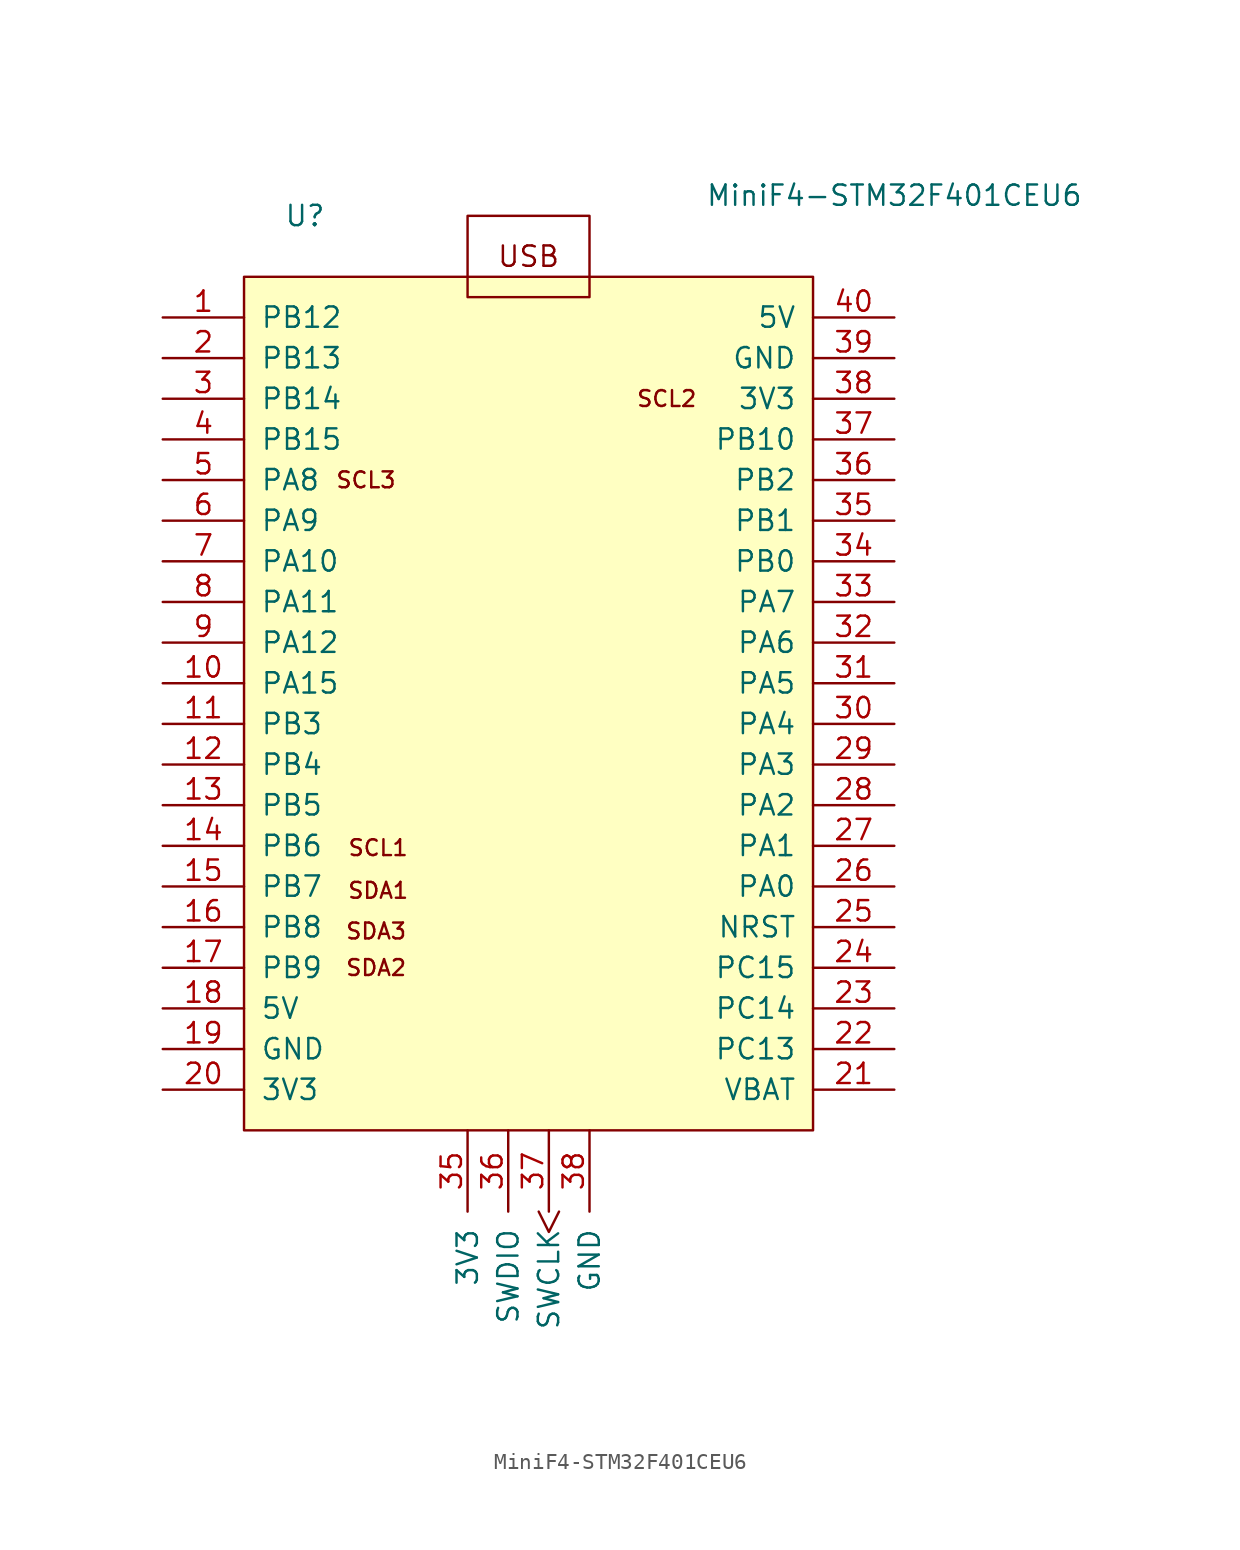
<source format=kicad_sym>
(kicad_symbol_lib
  (version 20241209)
  (generator "kicad_symbol_editor")
  (generator_version "9.0")
  (symbol "MiniF4-STM32F401CEU6"
    (pin_names
      (offset 1.016))
    (property "Reference" "U"
      (at -13.97 24.13 0)
      (effects (font (size 1.27 1.27))))
    (property "Value" "MiniF4-STM32F401CEU6"
      (at 22.86 25.4 0)
      (effects (font (size 1.27 1.27))))
    (symbol "MiniF4-STM32F401CEU6_0_0"
      (text "SCL1" (at -9.398 -15.367 0) (effects (font (size 0.991 0.991))))
      (text "SDA1" (at -9.398 -18.034 0) (effects (font (size 0.991 0.991))))
      (text "USB" (at 0 21.59 0) (effects (font (size 1.27 1.27)))))
    (symbol "MiniF4-STM32F401CEU6_0_1"
      (rectangle (start -17.78 20.32) (end 17.78 -33.02) (stroke (width 0) (type solid)) (fill (type background)))
      (rectangle (start -3.81 24.13) (end 3.81 19.05) (stroke (width 0) (type solid)) (fill (type none))))
    (symbol "MiniF4-STM32F401CEU6_1_1"
      (text "SCL3" (at -10.16 7.62 0) (effects (font (size 0.991 0.991))))
      (text "SDA3" (at -9.525 -20.574 0) (effects (font (size 0.991 0.991))))
      (text "SDA2" (at -9.525 -22.86 0) (effects (font (size 0.991 0.991))))
      (text "SCL2" (at 8.636 12.7 0) (effects (font (size 0.991 0.991))))
      (pin bidirectional line (at -22.86 17.78 0) (length 5.08) (name "PB12" (effects (font (size 1.27 1.27)))) (number "1" (effects (font (size 1.27 1.27)))))
      (pin bidirectional line (at -22.86 15.24 0) (length 5.08) (name "PB13" (effects (font (size 1.27 1.27)))) (number "2" (effects (font (size 1.27 1.27)))))
      (pin bidirectional line (at -22.86 12.7 0) (length 5.08) (name "PB14" (effects (font (size 1.27 1.27)))) (number "3" (effects (font (size 1.27 1.27)))))
      (pin bidirectional line (at -22.86 10.16 0) (length 5.08) (name "PB15" (effects (font (size 1.27 1.27)))) (number "4" (effects (font (size 1.27 1.27)))))
      (pin bidirectional line (at -22.86 7.62 0) (length 5.08) (name "PA8" (effects (font (size 1.27 1.27)))) (number "5" (effects (font (size 1.27 1.27)))))
      (pin bidirectional line (at -22.86 5.08 0) (length 5.08) (name "PA9" (effects (font (size 1.27 1.27)))) (number "6" (effects (font (size 1.27 1.27)))))
      (pin bidirectional line (at -22.86 2.54 0) (length 5.08) (name "PA10" (effects (font (size 1.27 1.27)))) (number "7" (effects (font (size 1.27 1.27)))))
      (pin bidirectional line (at -22.86 0 0) (length 5.08) (name "PA11" (effects (font (size 1.27 1.27)))) (number "8" (effects (font (size 1.27 1.27)))))
      (pin bidirectional line (at -22.86 -2.54 0) (length 5.08) (name "PA12" (effects (font (size 1.27 1.27)))) (number "9" (effects (font (size 1.27 1.27)))))
      (pin bidirectional line (at -22.86 -5.08 0) (length 5.08) (name "PA15" (effects (font (size 1.27 1.27)))) (number "10" (effects (font (size 1.27 1.27)))))
      (pin bidirectional line (at -22.86 -7.62 0) (length 5.08) (name "PB3" (effects (font (size 1.27 1.27)))) (number "11" (effects (font (size 1.27 1.27)))))
      (pin bidirectional line (at -22.86 -10.16 0) (length 5.08) (name "PB4" (effects (font (size 1.27 1.27)))) (number "12" (effects (font (size 1.27 1.27)))))
      (pin bidirectional line (at -22.86 -12.7 0) (length 5.08) (name "PB5" (effects (font (size 1.27 1.27)))) (number "13" (effects (font (size 1.27 1.27)))))
      (pin bidirectional line (at -22.86 -15.24 0) (length 5.08) (name "PB6" (effects (font (size 1.27 1.27)))) (number "14" (effects (font (size 1.27 1.27)))))
      (pin bidirectional line (at -22.86 -17.78 0) (length 5.08) (name "PB7" (effects (font (size 1.27 1.27)))) (number "15" (effects (font (size 1.27 1.27)))))
      (pin bidirectional line (at -22.86 -20.32 0) (length 5.08) (name "PB8" (effects (font (size 1.27 1.27)))) (number "16" (effects (font (size 1.27 1.27)))))
      (pin bidirectional line (at -22.86 -22.86 0) (length 5.08) (name "PB9" (effects (font (size 1.27 1.27)))) (number "17" (effects (font (size 1.27 1.27)))))
      (pin power_out line (at -22.86 -25.4 0) (length 5.08) (name "5V" (effects (font (size 1.27 1.27)))) (number "18" (effects (font (size 1.27 1.27)))))
      (pin power_in line (at -22.86 -27.94 0) (length 5.08) (name "GND" (effects (font (size 1.27 1.27)))) (number "19" (effects (font (size 1.27 1.27)))))
      (pin power_out line (at -22.86 -30.48 0) (length 5.08) (name "3V3" (effects (font (size 1.27 1.27)))) (number "20" (effects (font (size 1.27 1.27)))))
      (pin power_in line (at -3.81 -33.02 270) (length 5.08) (name "3V3" (effects (font (size 1.27 1.27)))) (number "35" (effects (font (size 1.27 1.27)))))
      (pin bidirectional line (at -1.27 -33.02 270) (length 5.08) (name "SWDIO" (effects (font (size 1.27 1.27)))) (number "36" (effects (font (size 1.27 1.27)))))
      (pin input clock (at 1.27 -33.02 270) (length 5.08) (name "SWCLK" (effects (font (size 1.27 1.27)))) (number "37" (effects (font (size 1.27 1.27)))))
      (pin power_in line (at 3.81 -33.02 270) (length 5.08) (name "GND" (effects (font (size 1.27 1.27)))) (number "38" (effects (font (size 1.27 1.27)))))
      (pin power_out line (at 22.86 17.78 180) (length 5.08) (name "5V" (effects (font (size 1.27 1.27)))) (number "40" (effects (font (size 1.27 1.27)))))
      (pin input line (at 22.86 15.24 180) (length 5.08) (name "GND" (effects (font (size 1.27 1.27)))) (number "39" (effects (font (size 1.27 1.27)))))
      (pin power_out line (at 22.86 12.7 180) (length 5.08) (name "3V3" (effects (font (size 1.27 1.27)))) (number "38" (effects (font (size 1.27 1.27)))))
      (pin bidirectional line (at 22.86 10.16 180) (length 5.08) (name "PB10" (effects (font (size 1.27 1.27)))) (number "37" (effects (font (size 1.27 1.27)))))
      (pin bidirectional line (at 22.86 7.62 180) (length 5.08) (name "PB2" (effects (font (size 1.27 1.27)))) (number "36" (effects (font (size 1.27 1.27)))))
      (pin bidirectional line (at 22.86 5.08 180) (length 5.08) (name "PB1" (effects (font (size 1.27 1.27)))) (number "35" (effects (font (size 1.27 1.27)))))
      (pin bidirectional line (at 22.86 2.54 180) (length 5.08) (name "PB0" (effects (font (size 1.27 1.27)))) (number "34" (effects (font (size 1.27 1.27)))))
      (pin bidirectional line (at 22.86 0 180) (length 5.08) (name "PA7" (effects (font (size 1.27 1.27)))) (number "33" (effects (font (size 1.27 1.27)))))
      (pin bidirectional line (at 22.86 -2.54 180) (length 5.08) (name "PA6" (effects (font (size 1.27 1.27)))) (number "32" (effects (font (size 1.27 1.27)))))
      (pin bidirectional line (at 22.86 -5.08 180) (length 5.08) (name "PA5" (effects (font (size 1.27 1.27)))) (number "31" (effects (font (size 1.27 1.27)))))
      (pin bidirectional line (at 22.86 -7.62 180) (length 5.08) (name "PA4" (effects (font (size 1.27 1.27)))) (number "30" (effects (font (size 1.27 1.27)))))
      (pin bidirectional line (at 22.86 -10.16 180) (length 5.08) (name "PA3" (effects (font (size 1.27 1.27)))) (number "29" (effects (font (size 1.27 1.27)))))
      (pin bidirectional line (at 22.86 -12.7 180) (length 5.08) (name "PA2" (effects (font (size 1.27 1.27)))) (number "28" (effects (font (size 1.27 1.27)))))
      (pin bidirectional line (at 22.86 -15.24 180) (length 5.08) (name "PA1" (effects (font (size 1.27 1.27)))) (number "27" (effects (font (size 1.27 1.27)))))
      (pin bidirectional line (at 22.86 -17.78 180) (length 5.08) (name "PA0" (effects (font (size 1.27 1.27)))) (number "26" (effects (font (size 1.27 1.27)))))
      (pin input line (at 22.86 -20.32 180) (length 5.08) (name "NRST" (effects (font (size 1.27 1.27)))) (number "25" (effects (font (size 1.27 1.27)))))
      (pin bidirectional line (at 22.86 -22.86 180) (length 5.08) (name "PC15" (effects (font (size 1.27 1.27)))) (number "24" (effects (font (size 1.27 1.27)))))
      (pin bidirectional line (at 22.86 -25.4 180) (length 5.08) (name "PC14" (effects (font (size 1.27 1.27)))) (number "23" (effects (font (size 1.27 1.27)))))
      (pin bidirectional line (at 22.86 -27.94 180) (length 5.08) (name "PC13" (effects (font (size 1.27 1.27)))) (number "22" (effects (font (size 1.27 1.27)))))
      (pin power_in line (at 22.86 -30.48 180) (length 5.08) (name "VBAT" (effects (font (size 1.27 1.27)))) (number "21" (effects (font (size 1.27 1.27))))))))
</source>
